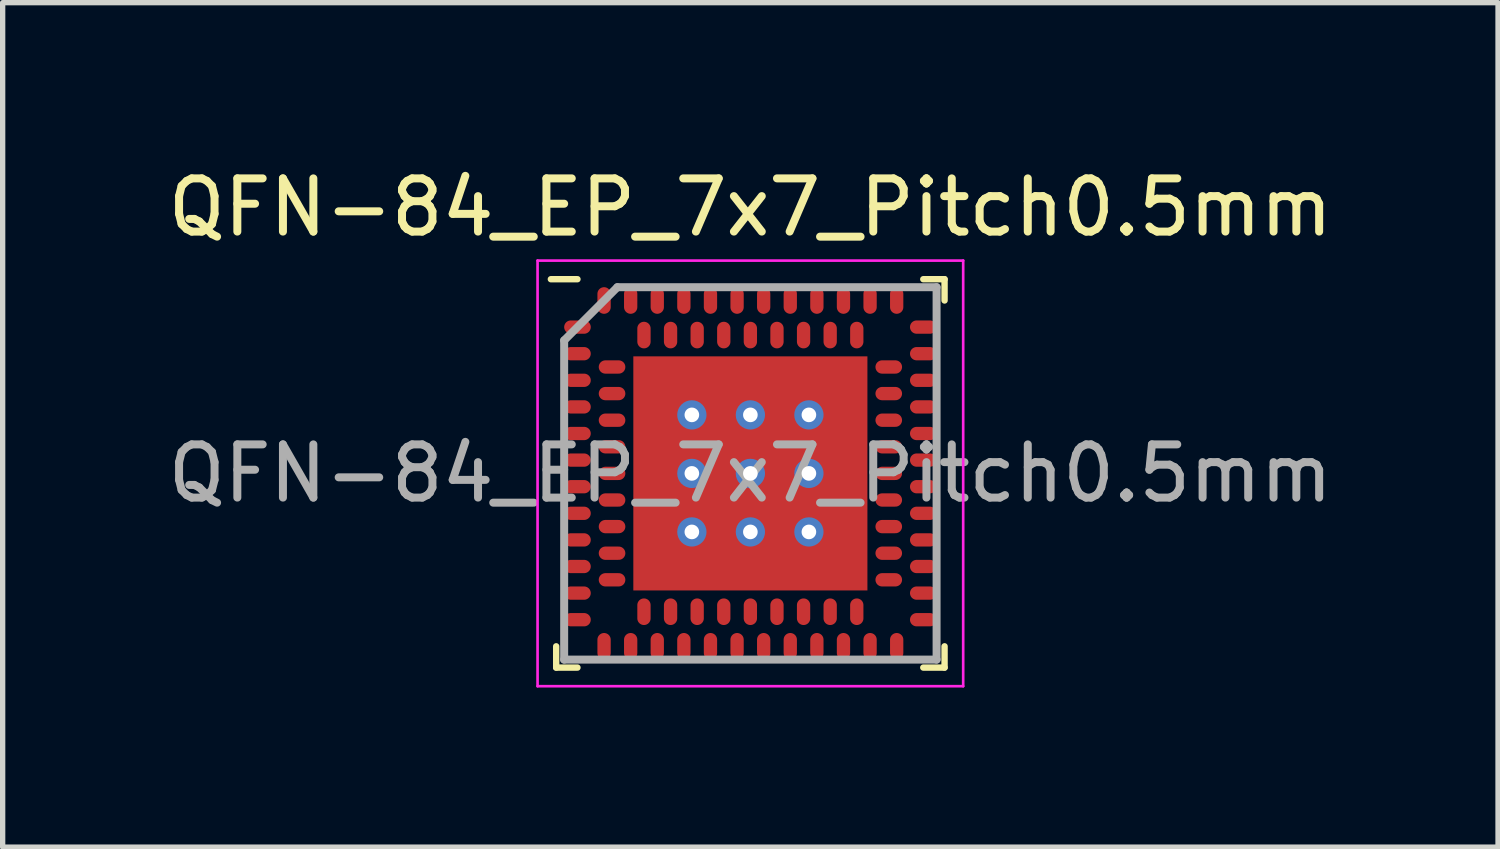
<source format=kicad_pcb>
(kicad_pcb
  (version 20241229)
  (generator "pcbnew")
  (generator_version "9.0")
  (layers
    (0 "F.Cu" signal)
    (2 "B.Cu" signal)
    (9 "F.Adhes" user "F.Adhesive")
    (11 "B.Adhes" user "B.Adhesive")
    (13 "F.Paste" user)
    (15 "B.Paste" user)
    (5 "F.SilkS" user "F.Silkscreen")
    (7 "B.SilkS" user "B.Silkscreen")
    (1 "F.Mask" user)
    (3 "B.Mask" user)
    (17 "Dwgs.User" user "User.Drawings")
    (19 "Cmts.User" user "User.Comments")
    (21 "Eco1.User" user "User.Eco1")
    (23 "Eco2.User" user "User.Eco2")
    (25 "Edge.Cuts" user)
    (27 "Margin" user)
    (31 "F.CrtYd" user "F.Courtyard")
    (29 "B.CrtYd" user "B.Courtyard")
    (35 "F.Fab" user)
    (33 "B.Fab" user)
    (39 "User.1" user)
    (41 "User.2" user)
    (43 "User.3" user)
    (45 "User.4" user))
  (footprint "QFN-84_EP_7x7_Pitch0.5mm"
    (layer "F.Cu")
    (at 11.054 5.848)
    (property "Reference" "QFN-84_EP_7x7_Pitch0.5mm" (at 0 -5 0) (unlocked yes) (layer "F.SilkS") (effects (font (size 1 1) (thickness 0.15))))
    (attr smd)
    (fp_line (start -3.65 3.65) (end -3.65 3.25) (stroke (width 0.12) (type default)) (layer "F.SilkS"))
    (fp_line (start -3.25 -3.65) (end -3.75 -3.65) (stroke (width 0.12) (type default)) (layer "F.SilkS"))
    (fp_line (start -3.25 3.65) (end -3.65 3.65) (stroke (width 0.12) (type default)) (layer "F.SilkS"))
    (fp_line (start 3.25 -3.65) (end 3.65 -3.65) (stroke (width 0.12) (type default)) (layer "F.SilkS"))
    (fp_line (start 3.25 3.65) (end 3.65 3.65) (stroke (width 0.12) (type default)) (layer "F.SilkS"))
    (fp_line (start 3.65 -3.65) (end 3.65 -3.25) (stroke (width 0.12) (type default)) (layer "F.SilkS"))
    (fp_line (start 3.65 3.65) (end 3.65 3.25) (stroke (width 0.12) (type default)) (layer "F.SilkS"))
    (fp_line (start -4 -4) (end 4 -4) (stroke (width 0.05) (type default)) (layer "F.CrtYd"))
    (fp_line (start -4 4) (end -4 -4) (stroke (width 0.05) (type default)) (layer "F.CrtYd"))
    (fp_line (start 4 -4) (end 4 4) (stroke (width 0.05) (type default)) (layer "F.CrtYd"))
    (fp_line (start 4 4) (end -4 4) (stroke (width 0.05) (type default)) (layer "F.CrtYd"))
    (fp_line (start -3.5 -2.5) (end -3.5 3.5) (stroke (width 0.15) (type default)) (layer "F.Fab"))
    (fp_line (start -3.5 3.5) (end 3.5 3.5) (stroke (width 0.15) (type default)) (layer "F.Fab"))
    (fp_line (start -2.5 -3.5) (end -3.5 -2.5) (stroke (width 0.15) (type default)) (layer "F.Fab"))
    (fp_line (start 3.5 -3.5) (end -2.5 -3.5) (stroke (width 0.15) (type default)) (layer "F.Fab"))
    (fp_line (start 3.5 3.5) (end 3.5 -3.5) (stroke (width 0.15) (type default)) (layer "F.Fab"))
    (fp_text user "${REFERENCE}" (at 0 0 0) (layer "F.Fab") (effects (font (size 1 1) (thickness 0.15))))
    (pad "" smd rect (at -1.65 -1.65) (size 0.35 0.35) (layers "F.Paste"))
    (pad "" smd rect (at -1.65 -0.55) (size 0.35 0.35) (layers "F.Paste"))
    (pad "" smd rect (at -1.65 0.55) (size 0.35 0.35) (layers "F.Paste"))
    (pad "" smd rect (at -1.65 1.65) (size 0.35 0.35) (layers "F.Paste"))
    (pad "" smd rect (at -0.55 -1.65) (size 0.35 0.35) (layers "F.Paste"))
    (pad "" smd rect (at -0.55 -0.55) (size 0.35 0.35) (layers "F.Paste"))
    (pad "" smd rect (at -0.55 0.55) (size 0.35 0.35) (layers "F.Paste"))
    (pad "" smd rect (at -0.55 1.65) (size 0.35 0.35) (layers "F.Paste"))
    (pad "" smd rect (at 0.55 -1.65) (size 0.35 0.35) (layers "F.Paste"))
    (pad "" smd rect (at 0.55 -0.55) (size 0.35 0.35) (layers "F.Paste"))
    (pad "" smd rect (at 0.55 0.55) (size 0.35 0.35) (layers "F.Paste"))
    (pad "" smd rect (at 0.55 1.65) (size 0.35 0.35) (layers "F.Paste"))
    (pad "" smd rect (at 1.65 -1.65) (size 0.35 0.35) (layers "F.Paste"))
    (pad "" smd rect (at 1.65 -0.55) (size 0.35 0.35) (layers "F.Paste"))
    (pad "" smd rect (at 1.65 0.55) (size 0.35 0.35) (layers "F.Paste"))
    (pad "" smd rect (at 1.65 1.65) (size 0.35 0.35) (layers "F.Paste"))
    (pad "49" thru_hole circle (at -1.1 -1.1) (size 0.55 0.55) (drill 0.275) (property pad_prop_heatsink) (layers "*.Cu" "*.Mask"))
    (pad "49" thru_hole circle (at -1.1 0) (size 0.55 0.55) (drill 0.275) (property pad_prop_heatsink) (layers "*.Cu" "*.Mask"))
    (pad "49" thru_hole circle (at -1.1 1.1) (size 0.55 0.55) (drill 0.275) (property pad_prop_heatsink) (layers "*.Cu" "*.Mask"))
    (pad "49" thru_hole circle (at 0 -1.1) (size 0.55 0.55) (drill 0.275) (property pad_prop_heatsink) (layers "*.Cu" "*.Mask"))
    (pad "49" thru_hole circle (at 0 0) (size 0.55 0.55) (drill 0.275) (property pad_prop_heatsink) (layers "*.Cu" "*.Mask"))
    (pad "49" thru_hole circle (at 0 1.1) (size 0.55 0.55) (drill 0.275) (property pad_prop_heatsink) (layers "*.Cu" "*.Mask"))
    (pad "49" thru_hole circle (at 1.1 -1.1) (size 0.55 0.55) (drill 0.275) (property pad_prop_heatsink) (layers "*.Cu" "*.Mask"))
    (pad "49" thru_hole circle (at 1.1 0) (size 0.55 0.55) (drill 0.275) (property pad_prop_heatsink) (layers "*.Cu" "*.Mask"))
    (pad "49" thru_hole circle (at 1.1 1.1) (size 0.55 0.55) (drill 0.275) (property pad_prop_heatsink) (layers "*.Cu" "*.Mask"))
    (pad "A1" smd oval (at -3.25 -2.75 90) (size 0.25 0.5) (layers "F.Cu" "F.Mask" "F.Paste"))
    (pad "A2" smd oval (at -3.25 -2.25 90) (size 0.25 0.5) (layers "F.Cu" "F.Mask" "F.Paste"))
    (pad "A3" smd oval (at -3.25 -1.75 90) (size 0.25 0.5) (layers "F.Cu" "F.Mask" "F.Paste"))
    (pad "A4" smd oval (at -3.25 -1.25 90) (size 0.25 0.5) (layers "F.Cu" "F.Mask" "F.Paste"))
    (pad "A5" smd oval (at -3.25 -0.75 90) (size 0.25 0.5) (layers "F.Cu" "F.Mask" "F.Paste"))
    (pad "A6" smd oval (at -3.25 -0.25 90) (size 0.25 0.5) (layers "F.Cu" "F.Mask" "F.Paste"))
    (pad "A7" smd oval (at -3.25 0.25 90) (size 0.25 0.5) (layers "F.Cu" "F.Mask" "F.Paste"))
    (pad "A8" smd oval (at -3.25 0.75 90) (size 0.25 0.5) (layers "F.Cu" "F.Mask" "F.Paste"))
    (pad "A9" smd oval (at -3.25 1.25 90) (size 0.25 0.5) (layers "F.Cu" "F.Mask" "F.Paste"))
    (pad "A10" smd oval (at -3.25 1.75 90) (size 0.25 0.5) (layers "F.Cu" "F.Mask" "F.Paste"))
    (pad "A11" smd oval (at -3.25 2.25 90) (size 0.25 0.5) (layers "F.Cu" "F.Mask" "F.Paste"))
    (pad "A12" smd oval (at -3.25 2.75 90) (size 0.25 0.5) (layers "F.Cu" "F.Mask" "F.Paste"))
    (pad "A13" smd oval (at -2.75 3.25) (size 0.25 0.5) (layers "F.Cu" "F.Mask" "F.Paste"))
    (pad "A14" smd oval (at -2.25 3.25) (size 0.25 0.5) (layers "F.Cu" "F.Mask" "F.Paste"))
    (pad "A15" smd oval (at -1.75 3.25) (size 0.25 0.5) (layers "F.Cu" "F.Mask" "F.Paste"))
    (pad "A16" smd oval (at -1.25 3.25) (size 0.25 0.5) (layers "F.Cu" "F.Mask" "F.Paste"))
    (pad "A17" smd oval (at -0.75 3.25) (size 0.25 0.5) (layers "F.Cu" "F.Mask" "F.Paste"))
    (pad "A18" smd oval (at -0.25 3.25) (size 0.25 0.5) (layers "F.Cu" "F.Mask" "F.Paste"))
    (pad "A19" smd oval (at 0.25 3.25) (size 0.25 0.5) (layers "F.Cu" "F.Mask" "F.Paste"))
    (pad "A20" smd oval (at 0.75 3.25) (size 0.25 0.5) (layers "F.Cu" "F.Mask" "F.Paste"))
    (pad "A21" smd oval (at 1.25 3.25) (size 0.25 0.5) (layers "F.Cu" "F.Mask" "F.Paste"))
    (pad "A22" smd oval (at 1.75 3.25) (size 0.25 0.5) (layers "F.Cu" "F.Mask" "F.Paste"))
    (pad "A23" smd oval (at 2.25 3.25) (size 0.25 0.5) (layers "F.Cu" "F.Mask" "F.Paste"))
    (pad "A24" smd oval (at 2.75 3.25) (size 0.25 0.5) (layers "F.Cu" "F.Mask" "F.Paste"))
    (pad "A25" smd oval (at 3.25 2.75 90) (size 0.25 0.5) (layers "F.Cu" "F.Mask" "F.Paste"))
    (pad "A26" smd oval (at 3.25 2.25 90) (size 0.25 0.5) (layers "F.Cu" "F.Mask" "F.Paste"))
    (pad "A27" smd oval (at 3.25 1.75 90) (size 0.25 0.5) (layers "F.Cu" "F.Mask" "F.Paste"))
    (pad "A28" smd oval (at 3.25 1.25 90) (size 0.25 0.5) (layers "F.Cu" "F.Mask" "F.Paste"))
    (pad "A29" smd oval (at 3.25 0.75 90) (size 0.25 0.5) (layers "F.Cu" "F.Mask" "F.Paste"))
    (pad "A30" smd oval (at 3.25 0.25 90) (size 0.25 0.5) (layers "F.Cu" "F.Mask" "F.Paste"))
    (pad "A31" smd oval (at 3.25 -0.25 90) (size 0.25 0.5) (layers "F.Cu" "F.Mask" "F.Paste"))
    (pad "A32" smd oval (at 3.25 -0.75 90) (size 0.25 0.5) (layers "F.Cu" "F.Mask" "F.Paste"))
    (pad "A33" smd oval (at 3.25 -1.25 90) (size 0.25 0.5) (layers "F.Cu" "F.Mask" "F.Paste"))
    (pad "A34" smd oval (at 3.25 -1.75 90) (size 0.25 0.5) (layers "F.Cu" "F.Mask" "F.Paste"))
    (pad "A35" smd oval (at 3.25 -2.25 90) (size 0.25 0.5) (layers "F.Cu" "F.Mask" "F.Paste"))
    (pad "A36" smd oval (at 3.25 -2.75 90) (size 0.25 0.5) (layers "F.Cu" "F.Mask" "F.Paste"))
    (pad "A37" smd oval (at 2.75 -3.25) (size 0.25 0.5) (layers "F.Cu" "F.Mask" "F.Paste"))
    (pad "A38" smd oval (at 2.25 -3.25) (size 0.25 0.5) (layers "F.Cu" "F.Mask" "F.Paste"))
    (pad "A39" smd oval (at 1.75 -3.25) (size 0.25 0.5) (layers "F.Cu" "F.Mask" "F.Paste"))
    (pad "A40" smd oval (at 1.25 -3.25) (size 0.25 0.5) (layers "F.Cu" "F.Mask" "F.Paste"))
    (pad "A41" smd oval (at 0.75 -3.25) (size 0.25 0.5) (layers "F.Cu" "F.Mask" "F.Paste"))
    (pad "A42" smd oval (at 0.25 -3.25) (size 0.25 0.5) (layers "F.Cu" "F.Mask" "F.Paste"))
    (pad "A43" smd oval (at -0.25 -3.25) (size 0.25 0.5) (layers "F.Cu" "F.Mask" "F.Paste"))
    (pad "A44" smd oval (at -0.75 -3.25) (size 0.25 0.5) (layers "F.Cu" "F.Mask" "F.Paste"))
    (pad "A45" smd oval (at -1.25 -3.25) (size 0.25 0.5) (layers "F.Cu" "F.Mask" "F.Paste"))
    (pad "A46" smd oval (at -1.75 -3.25) (size 0.25 0.5) (layers "F.Cu" "F.Mask" "F.Paste"))
    (pad "A47" smd oval (at -2.25 -3.25) (size 0.25 0.5) (layers "F.Cu" "F.Mask" "F.Paste"))
    (pad "A48" smd oval (at -2.75 -3.25) (size 0.25 0.5) (layers "F.Cu" "F.Mask" "F.Paste"))
    (pad "B1" smd oval (at -2.6 -2 90) (size 0.25 0.5) (layers "F.Cu" "F.Mask" "F.Paste"))
    (pad "B2" smd oval (at -2.6 -1.5 90) (size 0.25 0.5) (layers "F.Cu" "F.Mask" "F.Paste"))
    (pad "B3" smd oval (at -2.6 -1 90) (size 0.25 0.5) (layers "F.Cu" "F.Mask" "F.Paste"))
    (pad "B4" smd oval (at -2.6 -0.5 90) (size 0.25 0.5) (layers "F.Cu" "F.Mask" "F.Paste"))
    (pad "B5" smd oval (at -2.6 0 90) (size 0.25 0.5) (layers "F.Cu" "F.Mask" "F.Paste"))
    (pad "B6" smd oval (at -2.6 0.5 90) (size 0.25 0.5) (layers "F.Cu" "F.Mask" "F.Paste"))
    (pad "B7" smd oval (at -2.6 1 90) (size 0.25 0.5) (layers "F.Cu" "F.Mask" "F.Paste"))
    (pad "B8" smd oval (at -2.6 1.5 90) (size 0.25 0.5) (layers "F.Cu" "F.Mask" "F.Paste"))
    (pad "B9" smd oval (at -2.6 2 90) (size 0.25 0.5) (layers "F.Cu" "F.Mask" "F.Paste"))
    (pad "B10" smd oval (at -2 2.6) (size 0.25 0.5) (layers "F.Cu" "F.Mask" "F.Paste"))
    (pad "B11" smd oval (at -1.5 2.6) (size 0.25 0.5) (layers "F.Cu" "F.Mask" "F.Paste"))
    (pad "B12" smd oval (at -1 2.6) (size 0.25 0.5) (layers "F.Cu" "F.Mask" "F.Paste"))
    (pad "B13" smd oval (at -0.5 2.6) (size 0.25 0.5) (layers "F.Cu" "F.Mask" "F.Paste"))
    (pad "B14" smd oval (at 0 2.6) (size 0.25 0.5) (layers "F.Cu" "F.Mask" "F.Paste"))
    (pad "B15" smd oval (at 0.5 2.6) (size 0.25 0.5) (layers "F.Cu" "F.Mask" "F.Paste"))
    (pad "B16" smd oval (at 1 2.6) (size 0.25 0.5) (layers "F.Cu" "F.Mask" "F.Paste"))
    (pad "B17" smd oval (at 1.5 2.6) (size 0.25 0.5) (layers "F.Cu" "F.Mask" "F.Paste"))
    (pad "B18" smd oval (at 2 2.6) (size 0.25 0.5) (layers "F.Cu" "F.Mask" "F.Paste"))
    (pad "B19" smd oval (at 2.601 2 90) (size 0.25 0.5) (layers "F.Cu" "F.Mask" "F.Paste"))
    (pad "B20" smd oval (at 2.601 1.5 90) (size 0.25 0.5) (layers "F.Cu" "F.Mask" "F.Paste"))
    (pad "B21" smd oval (at 2.601 1 90) (size 0.25 0.5) (layers "F.Cu" "F.Mask" "F.Paste"))
    (pad "B22" smd oval (at 2.601 0.5 90) (size 0.25 0.5) (layers "F.Cu" "F.Mask" "F.Paste"))
    (pad "B23" smd oval (at 2.601 0 90) (size 0.25 0.5) (layers "F.Cu" "F.Mask" "F.Paste"))
    (pad "B24" smd oval (at 2.601 -0.5 90) (size 0.25 0.5) (layers "F.Cu" "F.Mask" "F.Paste"))
    (pad "B25" smd oval (at 2.601 -1 90) (size 0.25 0.5) (layers "F.Cu" "F.Mask" "F.Paste"))
    (pad "B26" smd oval (at 2.601 -1.5 90) (size 0.25 0.5) (layers "F.Cu" "F.Mask" "F.Paste"))
    (pad "B27" smd oval (at 2.601 -2 90) (size 0.25 0.5) (layers "F.Cu" "F.Mask" "F.Paste"))
    (pad "B28" smd oval (at 2 -2.6) (size 0.25 0.5) (layers "F.Cu" "F.Mask" "F.Paste"))
    (pad "B29" smd oval (at 1.5 -2.6) (size 0.25 0.5) (layers "F.Cu" "F.Mask" "F.Paste"))
    (pad "B30" smd oval (at 1 -2.6) (size 0.25 0.5) (layers "F.Cu" "F.Mask" "F.Paste"))
    (pad "B31" smd oval (at 0.5 -2.6) (size 0.25 0.5) (layers "F.Cu" "F.Mask" "F.Paste"))
    (pad "B32" smd oval (at 0 -2.6) (size 0.25 0.5) (layers "F.Cu" "F.Mask" "F.Paste"))
    (pad "B33" smd oval (at -0.5 -2.6) (size 0.25 0.5) (layers "F.Cu" "F.Mask" "F.Paste"))
    (pad "B34" smd oval (at -1 -2.6) (size 0.25 0.5) (layers "F.Cu" "F.Mask" "F.Paste"))
    (pad "B35" smd oval (at -1.5 -2.6) (size 0.25 0.5) (layers "F.Cu" "F.Mask" "F.Paste"))
    (pad "B36" smd oval (at -2 -2.6) (size 0.25 0.5) (layers "F.Cu" "F.Mask" "F.Paste"))
    (pad "EP" smd rect (at 0 0) (size 4.4 4.4) (layers "F.Cu" "F.Mask")))
  (gr_rect
    (start -3 -3)
    (end 25.107 12.873)
    (stroke (width 0.1) (type default))
    (fill no)
    (layer "Edge.Cuts")))
</source>
